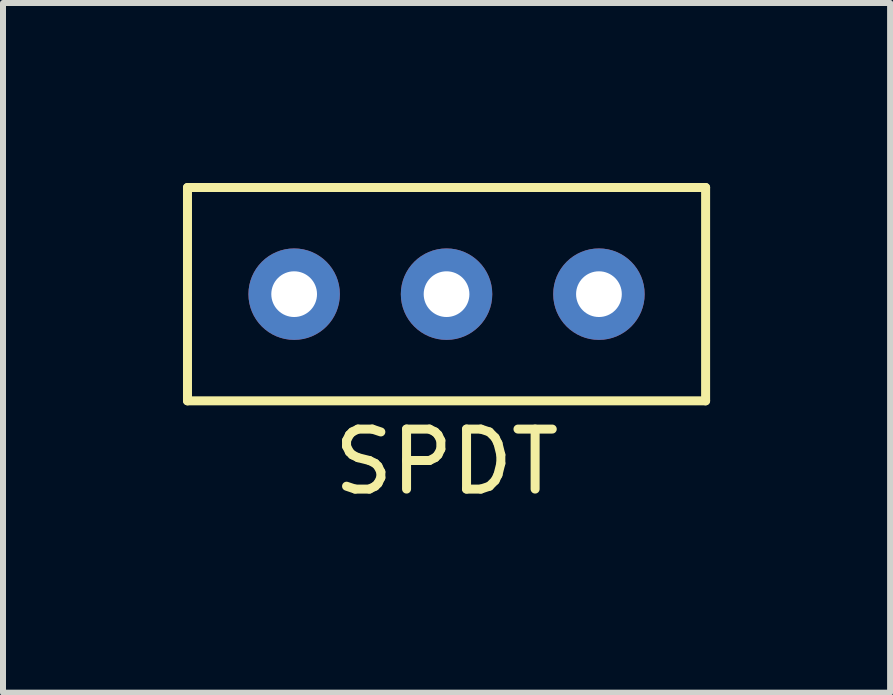
<source format=kicad_pcb>
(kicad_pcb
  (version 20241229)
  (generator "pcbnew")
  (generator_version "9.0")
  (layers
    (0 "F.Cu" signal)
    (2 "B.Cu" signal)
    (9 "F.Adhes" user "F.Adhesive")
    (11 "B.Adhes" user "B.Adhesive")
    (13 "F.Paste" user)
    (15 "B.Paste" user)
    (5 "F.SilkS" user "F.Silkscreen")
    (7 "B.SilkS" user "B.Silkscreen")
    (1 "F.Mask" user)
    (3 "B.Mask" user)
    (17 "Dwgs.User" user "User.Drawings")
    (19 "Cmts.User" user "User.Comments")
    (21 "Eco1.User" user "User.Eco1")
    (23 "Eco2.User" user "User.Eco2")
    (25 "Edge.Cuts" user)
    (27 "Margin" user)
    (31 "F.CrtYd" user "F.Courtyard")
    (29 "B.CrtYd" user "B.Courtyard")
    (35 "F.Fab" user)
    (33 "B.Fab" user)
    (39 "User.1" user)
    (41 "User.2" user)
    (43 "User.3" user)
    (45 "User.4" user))
  (footprint "SPDT"
    (layer "F.Cu")
    (at 4.393 1.853)
    (property "Reference" "SPDT" (at 0 2.794 0) (layer "F.SilkS") (effects (font (size 1 1) (thickness 0.15))))
    (attr through_hole)
    (fp_line (start -4.318 -1.778) (end 4.318 -1.778) (stroke (width 0.15) (type solid)) (layer "F.SilkS"))
    (fp_line (start -4.318 0) (end -4.318 -1.778) (stroke (width 0.15) (type solid)) (layer "F.SilkS"))
    (fp_line (start -4.318 1.778) (end -4.318 0) (stroke (width 0.15) (type solid)) (layer "F.SilkS"))
    (fp_line (start 4.318 -1.778) (end 4.318 1.778) (stroke (width 0.15) (type solid)) (layer "F.SilkS"))
    (fp_line (start 4.318 1.778) (end -4.318 1.778) (stroke (width 0.15) (type solid)) (layer "F.SilkS"))
    (pad "1" thru_hole circle (at -2.54 0) (size 1.524 1.524) (drill 0.762) (layers "*.Cu" "*.Mask"))
    (pad "2" thru_hole circle (at 0 0) (size 1.524 1.524) (drill 0.762) (layers "*.Cu" "*.Mask"))
    (pad "3" thru_hole circle (at 2.54 0) (size 1.524 1.524) (drill 0.762) (layers "*.Cu" "*.Mask")))
  (gr_rect
    (start -3 -3)
    (end 11.786 8.495)
    (stroke (width 0.1) (type default))
    (fill no)
    (layer "Edge.Cuts")))
</source>
